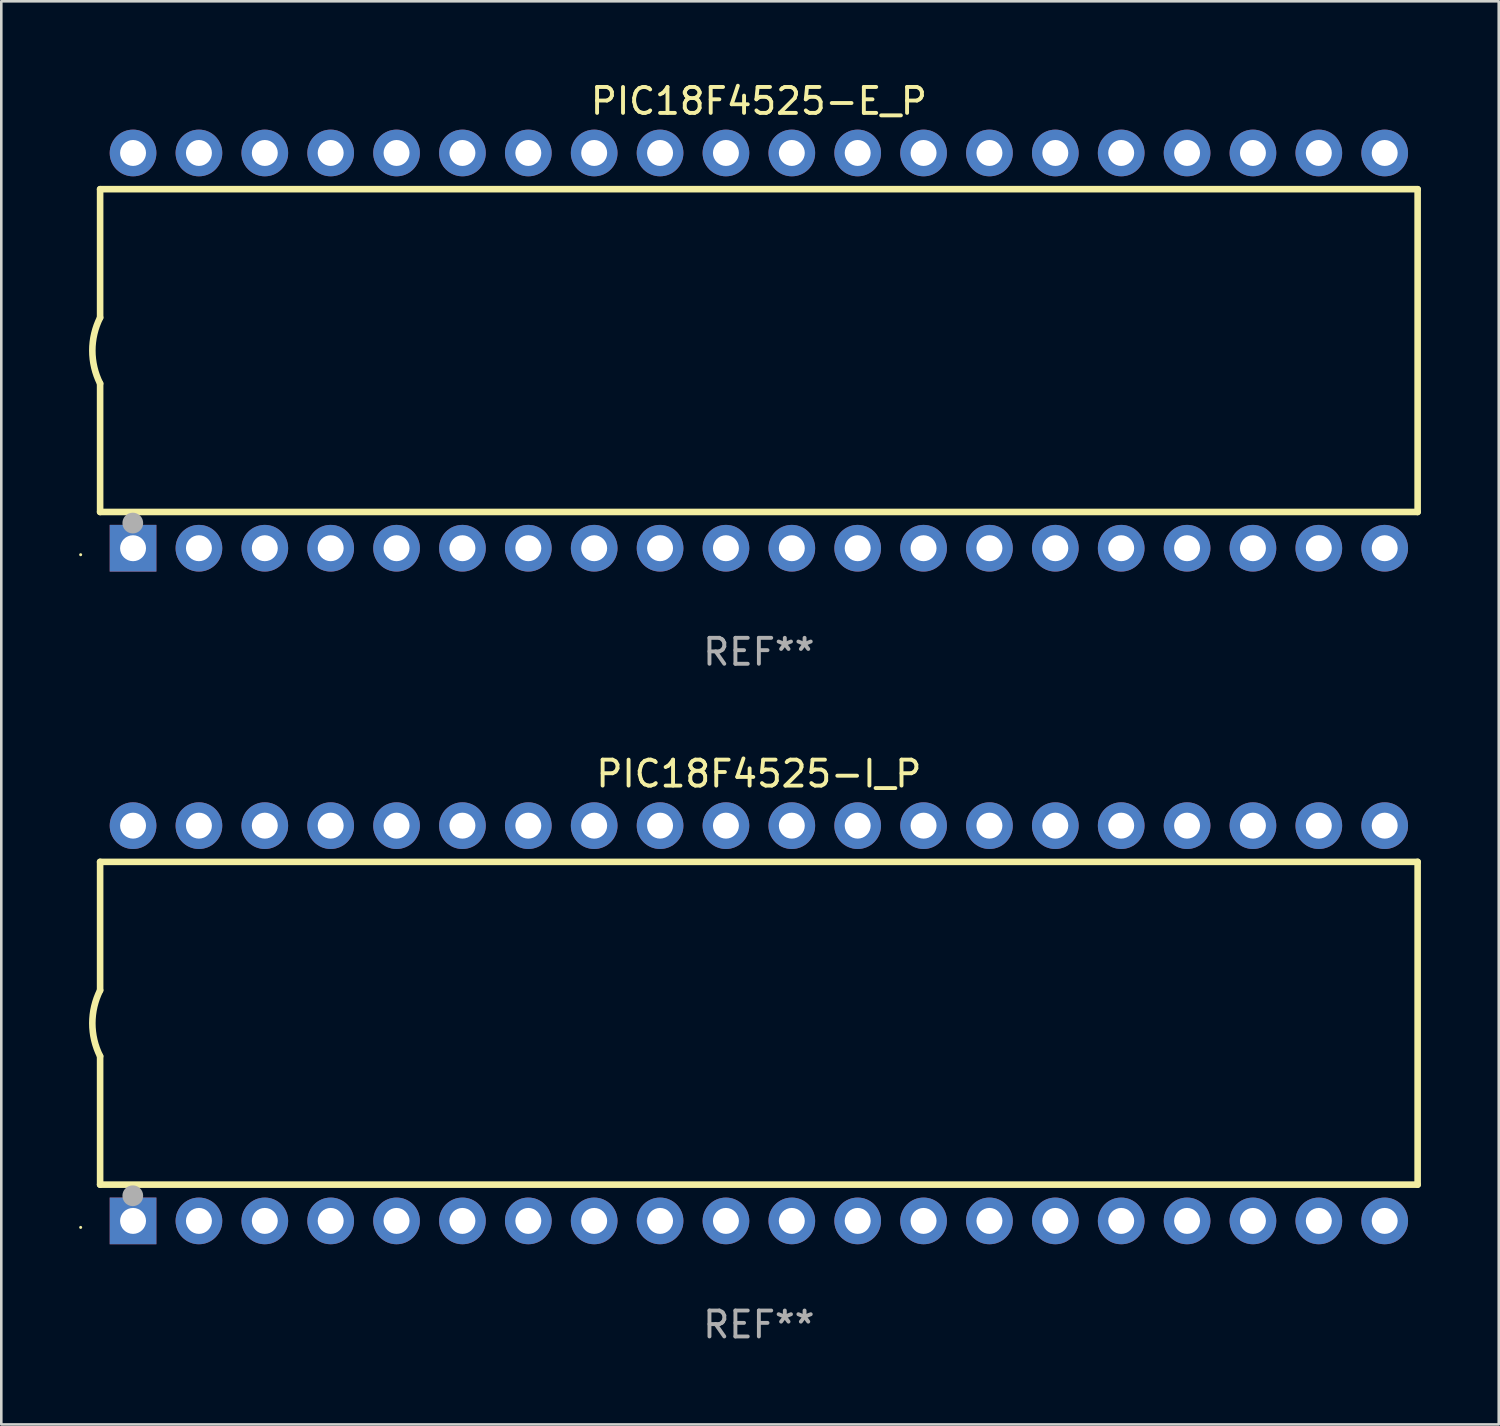
<source format=kicad_pcb>
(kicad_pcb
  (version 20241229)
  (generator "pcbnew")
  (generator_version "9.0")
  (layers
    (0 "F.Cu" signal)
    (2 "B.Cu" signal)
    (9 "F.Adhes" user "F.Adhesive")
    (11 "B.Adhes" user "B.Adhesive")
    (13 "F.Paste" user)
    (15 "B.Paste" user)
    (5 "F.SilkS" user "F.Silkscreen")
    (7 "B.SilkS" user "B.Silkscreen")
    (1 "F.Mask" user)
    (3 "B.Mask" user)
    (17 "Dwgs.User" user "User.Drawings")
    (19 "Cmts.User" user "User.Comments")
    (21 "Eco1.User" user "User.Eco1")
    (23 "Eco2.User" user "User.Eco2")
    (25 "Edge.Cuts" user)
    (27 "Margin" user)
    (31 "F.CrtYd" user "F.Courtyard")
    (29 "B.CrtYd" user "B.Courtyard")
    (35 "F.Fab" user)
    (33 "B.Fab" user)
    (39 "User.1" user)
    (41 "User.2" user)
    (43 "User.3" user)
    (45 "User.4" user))
  (footprint "PIC18F4525-I_P"
    (layer "F.Cu")
    (at 26.21 36.405)
    (property "Reference" "PIC18F4525-I_P" (at 0 -9.62 0) (layer "F.SilkS") (effects (font (size 1 1) (thickness 0.15))))
    (attr through_hole)
    (fp_line (start -25.4 -6.224) (end -25.4 -1.271) (stroke (width 0.254) (type solid)) (layer "F.SilkS"))
    (fp_line (start -25.4 -6.224) (end 25.4 -6.224) (stroke (width 0.254) (type solid)) (layer "F.SilkS"))
    (fp_line (start -25.4 1.269) (end -25.4 6.222) (stroke (width 0.254) (type solid)) (layer "F.SilkS"))
    (fp_line (start -25.4 6.222) (end 25.4 6.222) (stroke (width 0.254) (type solid)) (layer "F.SilkS"))
    (fp_line (start 25.4 6.222) (end 25.4 -6.224) (stroke (width 0.254) (type solid)) (layer "F.SilkS"))
    (fp_arc (start -25.4 1.269241) (mid -25.699807 -0.000762) (end -25.4 -1.270765) (stroke (width 0.254001) (type solid)) (layer "F.SilkS"))
    (fp_circle (center -26.15 7.87) (end -26.12 7.87) (stroke (width 0.06) (type solid)) (fill no) (layer "F.SilkS"))
    (fp_circle (center -24.14 6.65) (end -23.94 6.65) (stroke (width 0.4) (type solid)) (fill no) (layer "F.Fab"))
    (fp_text user "REF**" (at 0 11.62 0) (layer "F.Fab") (effects (font (size 1 1) (thickness 0.15))))
    (pad "1" thru_hole rect (at -24.13 7.62 90) (size 1.8 1.8) (drill 1) (layers "*.Cu" "*.Mask"))
    (pad "2" thru_hole circle (at -21.59 7.62) (size 1.8 1.8) (drill 1) (layers "*.Cu" "*.Mask"))
    (pad "3" thru_hole circle (at -19.05 7.62) (size 1.8 1.8) (drill 1) (layers "*.Cu" "*.Mask"))
    (pad "4" thru_hole circle (at -16.51 7.62) (size 1.8 1.8) (drill 1) (layers "*.Cu" "*.Mask"))
    (pad "5" thru_hole circle (at -13.97 7.62) (size 1.8 1.8) (drill 1) (layers "*.Cu" "*.Mask"))
    (pad "6" thru_hole circle (at -11.43 7.62) (size 1.8 1.8) (drill 1) (layers "*.Cu" "*.Mask"))
    (pad "7" thru_hole circle (at -8.89 7.62) (size 1.8 1.8) (drill 1) (layers "*.Cu" "*.Mask"))
    (pad "8" thru_hole circle (at -6.35 7.62) (size 1.8 1.8) (drill 1) (layers "*.Cu" "*.Mask"))
    (pad "9" thru_hole circle (at -3.81 7.62) (size 1.8 1.8) (drill 1) (layers "*.Cu" "*.Mask"))
    (pad "10" thru_hole circle (at -1.27 7.62) (size 1.8 1.8) (drill 1) (layers "*.Cu" "*.Mask"))
    (pad "11" thru_hole circle (at 1.27 7.62) (size 1.8 1.8) (drill 1) (layers "*.Cu" "*.Mask"))
    (pad "12" thru_hole circle (at 3.81 7.62) (size 1.8 1.8) (drill 1) (layers "*.Cu" "*.Mask"))
    (pad "13" thru_hole circle (at 6.35 7.62) (size 1.8 1.8) (drill 1) (layers "*.Cu" "*.Mask"))
    (pad "14" thru_hole circle (at 8.89 7.62) (size 1.8 1.8) (drill 1) (layers "*.Cu" "*.Mask"))
    (pad "15" thru_hole circle (at 11.43 7.62) (size 1.8 1.8) (drill 1) (layers "*.Cu" "*.Mask"))
    (pad "16" thru_hole circle (at 13.97 7.62) (size 1.8 1.8) (drill 1) (layers "*.Cu" "*.Mask"))
    (pad "17" thru_hole circle (at 16.51 7.62) (size 1.8 1.8) (drill 1) (layers "*.Cu" "*.Mask"))
    (pad "18" thru_hole circle (at 19.05 7.62) (size 1.8 1.8) (drill 1) (layers "*.Cu" "*.Mask"))
    (pad "19" thru_hole circle (at 21.59 7.62) (size 1.8 1.8) (drill 1) (layers "*.Cu" "*.Mask"))
    (pad "20" thru_hole circle (at 24.13 7.62) (size 1.8 1.8) (drill 1) (layers "*.Cu" "*.Mask"))
    (pad "21" thru_hole circle (at 24.13 -7.62) (size 1.8 1.8) (drill 1) (layers "*.Cu" "*.Mask"))
    (pad "22" thru_hole circle (at 21.59 -7.62) (size 1.8 1.8) (drill 1) (layers "*.Cu" "*.Mask"))
    (pad "23" thru_hole circle (at 19.05 -7.62) (size 1.8 1.8) (drill 1) (layers "*.Cu" "*.Mask"))
    (pad "24" thru_hole circle (at 16.51 -7.62) (size 1.8 1.8) (drill 1) (layers "*.Cu" "*.Mask"))
    (pad "25" thru_hole circle (at 13.97 -7.62) (size 1.8 1.8) (drill 1) (layers "*.Cu" "*.Mask"))
    (pad "26" thru_hole circle (at 11.43 -7.62) (size 1.8 1.8) (drill 1) (layers "*.Cu" "*.Mask"))
    (pad "27" thru_hole circle (at 8.89 -7.62) (size 1.8 1.8) (drill 1) (layers "*.Cu" "*.Mask"))
    (pad "28" thru_hole circle (at 6.35 -7.62) (size 1.8 1.8) (drill 1) (layers "*.Cu" "*.Mask"))
    (pad "29" thru_hole circle (at 3.81 -7.62) (size 1.8 1.8) (drill 1) (layers "*.Cu" "*.Mask"))
    (pad "30" thru_hole circle (at 1.27 -7.62) (size 1.8 1.8) (drill 1) (layers "*.Cu" "*.Mask"))
    (pad "31" thru_hole circle (at -1.27 -7.62) (size 1.8 1.8) (drill 1) (layers "*.Cu" "*.Mask"))
    (pad "32" thru_hole circle (at -3.81 -7.62) (size 1.8 1.8) (drill 1) (layers "*.Cu" "*.Mask"))
    (pad "33" thru_hole circle (at -6.35 -7.62) (size 1.8 1.8) (drill 1) (layers "*.Cu" "*.Mask"))
    (pad "34" thru_hole circle (at -8.89 -7.62) (size 1.8 1.8) (drill 1) (layers "*.Cu" "*.Mask"))
    (pad "35" thru_hole circle (at -11.43 -7.62) (size 1.8 1.8) (drill 1) (layers "*.Cu" "*.Mask"))
    (pad "36" thru_hole circle (at -13.97 -7.62) (size 1.8 1.8) (drill 1) (layers "*.Cu" "*.Mask"))
    (pad "37" thru_hole circle (at -16.51 -7.62) (size 1.8 1.8) (drill 1) (layers "*.Cu" "*.Mask"))
    (pad "38" thru_hole circle (at -19.05 -7.62) (size 1.8 1.8) (drill 1) (layers "*.Cu" "*.Mask"))
    (pad "39" thru_hole circle (at -21.59 -7.62) (size 1.8 1.8) (drill 1) (layers "*.Cu" "*.Mask"))
    (pad "40" thru_hole circle (at -24.13 -7.62) (size 1.8 1.8) (drill 1) (layers "*.Cu" "*.Mask")))
  (footprint "PIC18F4525-E_P"
    (layer "F.Cu")
    (at 26.21 10.468)
    (property "Reference" "PIC18F4525-E_P" (at 0 -9.62 0) (layer "F.SilkS") (effects (font (size 1 1) (thickness 0.15))))
    (attr through_hole)
    (fp_line (start -25.4 -6.224) (end -25.4 -1.271) (stroke (width 0.254) (type solid)) (layer "F.SilkS"))
    (fp_line (start -25.4 -6.224) (end 25.4 -6.224) (stroke (width 0.254) (type solid)) (layer "F.SilkS"))
    (fp_line (start -25.4 1.269) (end -25.4 6.222) (stroke (width 0.254) (type solid)) (layer "F.SilkS"))
    (fp_line (start -25.4 6.222) (end 25.4 6.222) (stroke (width 0.254) (type solid)) (layer "F.SilkS"))
    (fp_line (start 25.4 6.222) (end 25.4 -6.224) (stroke (width 0.254) (type solid)) (layer "F.SilkS"))
    (fp_arc (start -25.4 1.269241) (mid -25.699807 -0.000762) (end -25.4 -1.270765) (stroke (width 0.254001) (type solid)) (layer "F.SilkS"))
    (fp_circle (center -26.15 7.87) (end -26.12 7.87) (stroke (width 0.06) (type solid)) (fill no) (layer "F.SilkS"))
    (fp_circle (center -24.14 6.65) (end -23.94 6.65) (stroke (width 0.4) (type solid)) (fill no) (layer "F.Fab"))
    (fp_text user "REF**" (at 0 11.62 0) (layer "F.Fab") (effects (font (size 1 1) (thickness 0.15))))
    (pad "1" thru_hole rect (at -24.13 7.62 90) (size 1.8 1.8) (drill 1) (layers "*.Cu" "*.Mask"))
    (pad "2" thru_hole circle (at -21.59 7.62) (size 1.8 1.8) (drill 1) (layers "*.Cu" "*.Mask"))
    (pad "3" thru_hole circle (at -19.05 7.62) (size 1.8 1.8) (drill 1) (layers "*.Cu" "*.Mask"))
    (pad "4" thru_hole circle (at -16.51 7.62) (size 1.8 1.8) (drill 1) (layers "*.Cu" "*.Mask"))
    (pad "5" thru_hole circle (at -13.97 7.62) (size 1.8 1.8) (drill 1) (layers "*.Cu" "*.Mask"))
    (pad "6" thru_hole circle (at -11.43 7.62) (size 1.8 1.8) (drill 1) (layers "*.Cu" "*.Mask"))
    (pad "7" thru_hole circle (at -8.89 7.62) (size 1.8 1.8) (drill 1) (layers "*.Cu" "*.Mask"))
    (pad "8" thru_hole circle (at -6.35 7.62) (size 1.8 1.8) (drill 1) (layers "*.Cu" "*.Mask"))
    (pad "9" thru_hole circle (at -3.81 7.62) (size 1.8 1.8) (drill 1) (layers "*.Cu" "*.Mask"))
    (pad "10" thru_hole circle (at -1.27 7.62) (size 1.8 1.8) (drill 1) (layers "*.Cu" "*.Mask"))
    (pad "11" thru_hole circle (at 1.27 7.62) (size 1.8 1.8) (drill 1) (layers "*.Cu" "*.Mask"))
    (pad "12" thru_hole circle (at 3.81 7.62) (size 1.8 1.8) (drill 1) (layers "*.Cu" "*.Mask"))
    (pad "13" thru_hole circle (at 6.35 7.62) (size 1.8 1.8) (drill 1) (layers "*.Cu" "*.Mask"))
    (pad "14" thru_hole circle (at 8.89 7.62) (size 1.8 1.8) (drill 1) (layers "*.Cu" "*.Mask"))
    (pad "15" thru_hole circle (at 11.43 7.62) (size 1.8 1.8) (drill 1) (layers "*.Cu" "*.Mask"))
    (pad "16" thru_hole circle (at 13.97 7.62) (size 1.8 1.8) (drill 1) (layers "*.Cu" "*.Mask"))
    (pad "17" thru_hole circle (at 16.51 7.62) (size 1.8 1.8) (drill 1) (layers "*.Cu" "*.Mask"))
    (pad "18" thru_hole circle (at 19.05 7.62) (size 1.8 1.8) (drill 1) (layers "*.Cu" "*.Mask"))
    (pad "19" thru_hole circle (at 21.59 7.62) (size 1.8 1.8) (drill 1) (layers "*.Cu" "*.Mask"))
    (pad "20" thru_hole circle (at 24.13 7.62) (size 1.8 1.8) (drill 1) (layers "*.Cu" "*.Mask"))
    (pad "21" thru_hole circle (at 24.13 -7.62) (size 1.8 1.8) (drill 1) (layers "*.Cu" "*.Mask"))
    (pad "22" thru_hole circle (at 21.59 -7.62) (size 1.8 1.8) (drill 1) (layers "*.Cu" "*.Mask"))
    (pad "23" thru_hole circle (at 19.05 -7.62) (size 1.8 1.8) (drill 1) (layers "*.Cu" "*.Mask"))
    (pad "24" thru_hole circle (at 16.51 -7.62) (size 1.8 1.8) (drill 1) (layers "*.Cu" "*.Mask"))
    (pad "25" thru_hole circle (at 13.97 -7.62) (size 1.8 1.8) (drill 1) (layers "*.Cu" "*.Mask"))
    (pad "26" thru_hole circle (at 11.43 -7.62) (size 1.8 1.8) (drill 1) (layers "*.Cu" "*.Mask"))
    (pad "27" thru_hole circle (at 8.89 -7.62) (size 1.8 1.8) (drill 1) (layers "*.Cu" "*.Mask"))
    (pad "28" thru_hole circle (at 6.35 -7.62) (size 1.8 1.8) (drill 1) (layers "*.Cu" "*.Mask"))
    (pad "29" thru_hole circle (at 3.81 -7.62) (size 1.8 1.8) (drill 1) (layers "*.Cu" "*.Mask"))
    (pad "30" thru_hole circle (at 1.27 -7.62) (size 1.8 1.8) (drill 1) (layers "*.Cu" "*.Mask"))
    (pad "31" thru_hole circle (at -1.27 -7.62) (size 1.8 1.8) (drill 1) (layers "*.Cu" "*.Mask"))
    (pad "32" thru_hole circle (at -3.81 -7.62) (size 1.8 1.8) (drill 1) (layers "*.Cu" "*.Mask"))
    (pad "33" thru_hole circle (at -6.35 -7.62) (size 1.8 1.8) (drill 1) (layers "*.Cu" "*.Mask"))
    (pad "34" thru_hole circle (at -8.89 -7.62) (size 1.8 1.8) (drill 1) (layers "*.Cu" "*.Mask"))
    (pad "35" thru_hole circle (at -11.43 -7.62) (size 1.8 1.8) (drill 1) (layers "*.Cu" "*.Mask"))
    (pad "36" thru_hole circle (at -13.97 -7.62) (size 1.8 1.8) (drill 1) (layers "*.Cu" "*.Mask"))
    (pad "37" thru_hole circle (at -16.51 -7.62) (size 1.8 1.8) (drill 1) (layers "*.Cu" "*.Mask"))
    (pad "38" thru_hole circle (at -19.05 -7.62) (size 1.8 1.8) (drill 1) (layers "*.Cu" "*.Mask"))
    (pad "39" thru_hole circle (at -21.59 -7.62) (size 1.8 1.8) (drill 1) (layers "*.Cu" "*.Mask"))
    (pad "40" thru_hole circle (at -24.13 -7.62) (size 1.8 1.8) (drill 1) (layers "*.Cu" "*.Mask")))
  (gr_rect
    (start -3 -3)
    (end 54.737 51.873)
    (stroke (width 0.1) (type default))
    (fill no)
    (layer "Edge.Cuts")))
</source>
